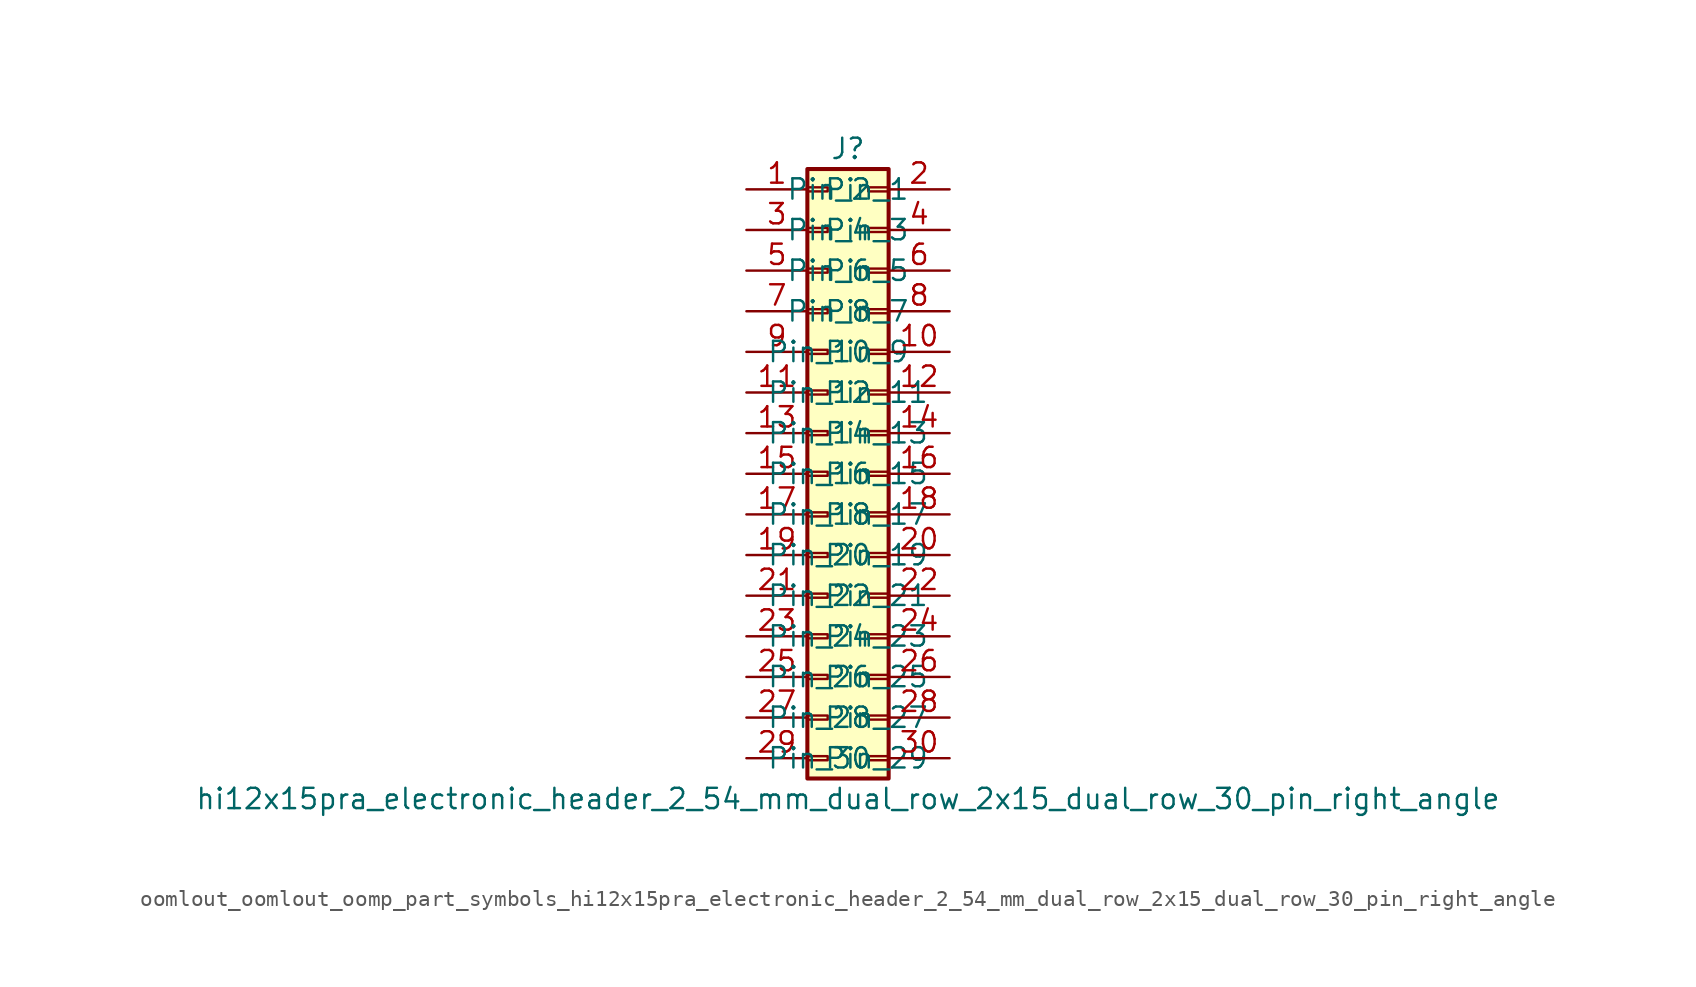
<source format=kicad_sym>
(kicad_symbol_lib
  (version 20220914)
  (generator kicad_symbol_editor)
  (symbol "oomlout_oomlout_oomp_part_symbols_hi12x15pra_electronic_header_2_54_mm_dual_row_2x15_dual_row_30_pin_right_angle"
    (pin_names
      (offset 1.016))
    (property "Reference" "J"
      (at 1.27 20.32 0)
      (effects (font (size 1.27 1.27))))
    (property "Value" "hi12x15pra_electronic_header_2_54_mm_dual_row_2x15_dual_row_30_pin_right_angle"
      (at 1.27 -20.32 0)
      (effects (font (size 1.27 1.27))))
    (symbol "oomlout_oomlout_oomp_part_symbols_hi12x15pra_electronic_header_2_54_mm_dual_row_2x15_dual_row_30_pin_right_angle_1_1"
      (rectangle (start -1.27 -17.653) (end 0 -17.907) (stroke (width 0.152) (type default)) (fill (type none)))
      (rectangle (start -1.27 -15.113) (end 0 -15.367) (stroke (width 0.152) (type default)) (fill (type none)))
      (rectangle (start -1.27 -12.573) (end 0 -12.827) (stroke (width 0.152) (type default)) (fill (type none)))
      (rectangle (start -1.27 -10.033) (end 0 -10.287) (stroke (width 0.152) (type default)) (fill (type none)))
      (rectangle (start -1.27 -7.493) (end 0 -7.747) (stroke (width 0.152) (type default)) (fill (type none)))
      (rectangle (start -1.27 -4.953) (end 0 -5.207) (stroke (width 0.152) (type default)) (fill (type none)))
      (rectangle (start -1.27 -2.413) (end 0 -2.667) (stroke (width 0.152) (type default)) (fill (type none)))
      (rectangle (start -1.27 0.127) (end 0 -0.127) (stroke (width 0.152) (type default)) (fill (type none)))
      (rectangle (start -1.27 2.667) (end 0 2.413) (stroke (width 0.152) (type default)) (fill (type none)))
      (rectangle (start -1.27 5.207) (end 0 4.953) (stroke (width 0.152) (type default)) (fill (type none)))
      (rectangle (start -1.27 7.747) (end 0 7.493) (stroke (width 0.152) (type default)) (fill (type none)))
      (rectangle (start -1.27 10.287) (end 0 10.033) (stroke (width 0.152) (type default)) (fill (type none)))
      (rectangle (start -1.27 12.827) (end 0 12.573) (stroke (width 0.152) (type default)) (fill (type none)))
      (rectangle (start -1.27 15.367) (end 0 15.113) (stroke (width 0.152) (type default)) (fill (type none)))
      (rectangle (start -1.27 17.907) (end 0 17.653) (stroke (width 0.152) (type default)) (fill (type none)))
      (rectangle (start -1.27 19.05) (end 3.81 -19.05) (stroke (width 0.254) (type default)) (fill (type background)))
      (rectangle (start 3.81 -17.653) (end 2.54 -17.907) (stroke (width 0.152) (type default)) (fill (type none)))
      (rectangle (start 3.81 -15.113) (end 2.54 -15.367) (stroke (width 0.152) (type default)) (fill (type none)))
      (rectangle (start 3.81 -12.573) (end 2.54 -12.827) (stroke (width 0.152) (type default)) (fill (type none)))
      (rectangle (start 3.81 -10.033) (end 2.54 -10.287) (stroke (width 0.152) (type default)) (fill (type none)))
      (rectangle (start 3.81 -7.493) (end 2.54 -7.747) (stroke (width 0.152) (type default)) (fill (type none)))
      (rectangle (start 3.81 -4.953) (end 2.54 -5.207) (stroke (width 0.152) (type default)) (fill (type none)))
      (rectangle (start 3.81 -2.413) (end 2.54 -2.667) (stroke (width 0.152) (type default)) (fill (type none)))
      (rectangle (start 3.81 0.127) (end 2.54 -0.127) (stroke (width 0.152) (type default)) (fill (type none)))
      (rectangle (start 3.81 2.667) (end 2.54 2.413) (stroke (width 0.152) (type default)) (fill (type none)))
      (rectangle (start 3.81 5.207) (end 2.54 4.953) (stroke (width 0.152) (type default)) (fill (type none)))
      (rectangle (start 3.81 7.747) (end 2.54 7.493) (stroke (width 0.152) (type default)) (fill (type none)))
      (rectangle (start 3.81 10.287) (end 2.54 10.033) (stroke (width 0.152) (type default)) (fill (type none)))
      (rectangle (start 3.81 12.827) (end 2.54 12.573) (stroke (width 0.152) (type default)) (fill (type none)))
      (rectangle (start 3.81 15.367) (end 2.54 15.113) (stroke (width 0.152) (type default)) (fill (type none)))
      (rectangle (start 3.81 17.907) (end 2.54 17.653) (stroke (width 0.152) (type default)) (fill (type none)))
      (pin passive line (at -5.08 17.78 0) (length 3.81) (name "Pin_1" (effects (font (size 1.27 1.27)))) (number "1" (effects (font (size 1.27 1.27)))))
      (pin passive line (at 7.62 7.62 180) (length 3.81) (name "Pin_10" (effects (font (size 1.27 1.27)))) (number "10" (effects (font (size 1.27 1.27)))))
      (pin passive line (at -5.08 5.08 0) (length 3.81) (name "Pin_11" (effects (font (size 1.27 1.27)))) (number "11" (effects (font (size 1.27 1.27)))))
      (pin passive line (at 7.62 5.08 180) (length 3.81) (name "Pin_12" (effects (font (size 1.27 1.27)))) (number "12" (effects (font (size 1.27 1.27)))))
      (pin passive line (at -5.08 2.54 0) (length 3.81) (name "Pin_13" (effects (font (size 1.27 1.27)))) (number "13" (effects (font (size 1.27 1.27)))))
      (pin passive line (at 7.62 2.54 180) (length 3.81) (name "Pin_14" (effects (font (size 1.27 1.27)))) (number "14" (effects (font (size 1.27 1.27)))))
      (pin passive line (at -5.08 0 0) (length 3.81) (name "Pin_15" (effects (font (size 1.27 1.27)))) (number "15" (effects (font (size 1.27 1.27)))))
      (pin passive line (at 7.62 0 180) (length 3.81) (name "Pin_16" (effects (font (size 1.27 1.27)))) (number "16" (effects (font (size 1.27 1.27)))))
      (pin passive line (at -5.08 -2.54 0) (length 3.81) (name "Pin_17" (effects (font (size 1.27 1.27)))) (number "17" (effects (font (size 1.27 1.27)))))
      (pin passive line (at 7.62 -2.54 180) (length 3.81) (name "Pin_18" (effects (font (size 1.27 1.27)))) (number "18" (effects (font (size 1.27 1.27)))))
      (pin passive line (at -5.08 -5.08 0) (length 3.81) (name "Pin_19" (effects (font (size 1.27 1.27)))) (number "19" (effects (font (size 1.27 1.27)))))
      (pin passive line (at 7.62 17.78 180) (length 3.81) (name "Pin_2" (effects (font (size 1.27 1.27)))) (number "2" (effects (font (size 1.27 1.27)))))
      (pin passive line (at 7.62 -5.08 180) (length 3.81) (name "Pin_20" (effects (font (size 1.27 1.27)))) (number "20" (effects (font (size 1.27 1.27)))))
      (pin passive line (at -5.08 -7.62 0) (length 3.81) (name "Pin_21" (effects (font (size 1.27 1.27)))) (number "21" (effects (font (size 1.27 1.27)))))
      (pin passive line (at 7.62 -7.62 180) (length 3.81) (name "Pin_22" (effects (font (size 1.27 1.27)))) (number "22" (effects (font (size 1.27 1.27)))))
      (pin passive line (at -5.08 -10.16 0) (length 3.81) (name "Pin_23" (effects (font (size 1.27 1.27)))) (number "23" (effects (font (size 1.27 1.27)))))
      (pin passive line (at 7.62 -10.16 180) (length 3.81) (name "Pin_24" (effects (font (size 1.27 1.27)))) (number "24" (effects (font (size 1.27 1.27)))))
      (pin passive line (at -5.08 -12.7 0) (length 3.81) (name "Pin_25" (effects (font (size 1.27 1.27)))) (number "25" (effects (font (size 1.27 1.27)))))
      (pin passive line (at 7.62 -12.7 180) (length 3.81) (name "Pin_26" (effects (font (size 1.27 1.27)))) (number "26" (effects (font (size 1.27 1.27)))))
      (pin passive line (at -5.08 -15.24 0) (length 3.81) (name "Pin_27" (effects (font (size 1.27 1.27)))) (number "27" (effects (font (size 1.27 1.27)))))
      (pin passive line (at 7.62 -15.24 180) (length 3.81) (name "Pin_28" (effects (font (size 1.27 1.27)))) (number "28" (effects (font (size 1.27 1.27)))))
      (pin passive line (at -5.08 -17.78 0) (length 3.81) (name "Pin_29" (effects (font (size 1.27 1.27)))) (number "29" (effects (font (size 1.27 1.27)))))
      (pin passive line (at -5.08 15.24 0) (length 3.81) (name "Pin_3" (effects (font (size 1.27 1.27)))) (number "3" (effects (font (size 1.27 1.27)))))
      (pin passive line (at 7.62 -17.78 180) (length 3.81) (name "Pin_30" (effects (font (size 1.27 1.27)))) (number "30" (effects (font (size 1.27 1.27)))))
      (pin passive line (at 7.62 15.24 180) (length 3.81) (name "Pin_4" (effects (font (size 1.27 1.27)))) (number "4" (effects (font (size 1.27 1.27)))))
      (pin passive line (at -5.08 12.7 0) (length 3.81) (name "Pin_5" (effects (font (size 1.27 1.27)))) (number "5" (effects (font (size 1.27 1.27)))))
      (pin passive line (at 7.62 12.7 180) (length 3.81) (name "Pin_6" (effects (font (size 1.27 1.27)))) (number "6" (effects (font (size 1.27 1.27)))))
      (pin passive line (at -5.08 10.16 0) (length 3.81) (name "Pin_7" (effects (font (size 1.27 1.27)))) (number "7" (effects (font (size 1.27 1.27)))))
      (pin passive line (at 7.62 10.16 180) (length 3.81) (name "Pin_8" (effects (font (size 1.27 1.27)))) (number "8" (effects (font (size 1.27 1.27)))))
      (pin passive line (at -5.08 7.62 0) (length 3.81) (name "Pin_9" (effects (font (size 1.27 1.27)))) (number "9" (effects (font (size 1.27 1.27))))))))
</source>
